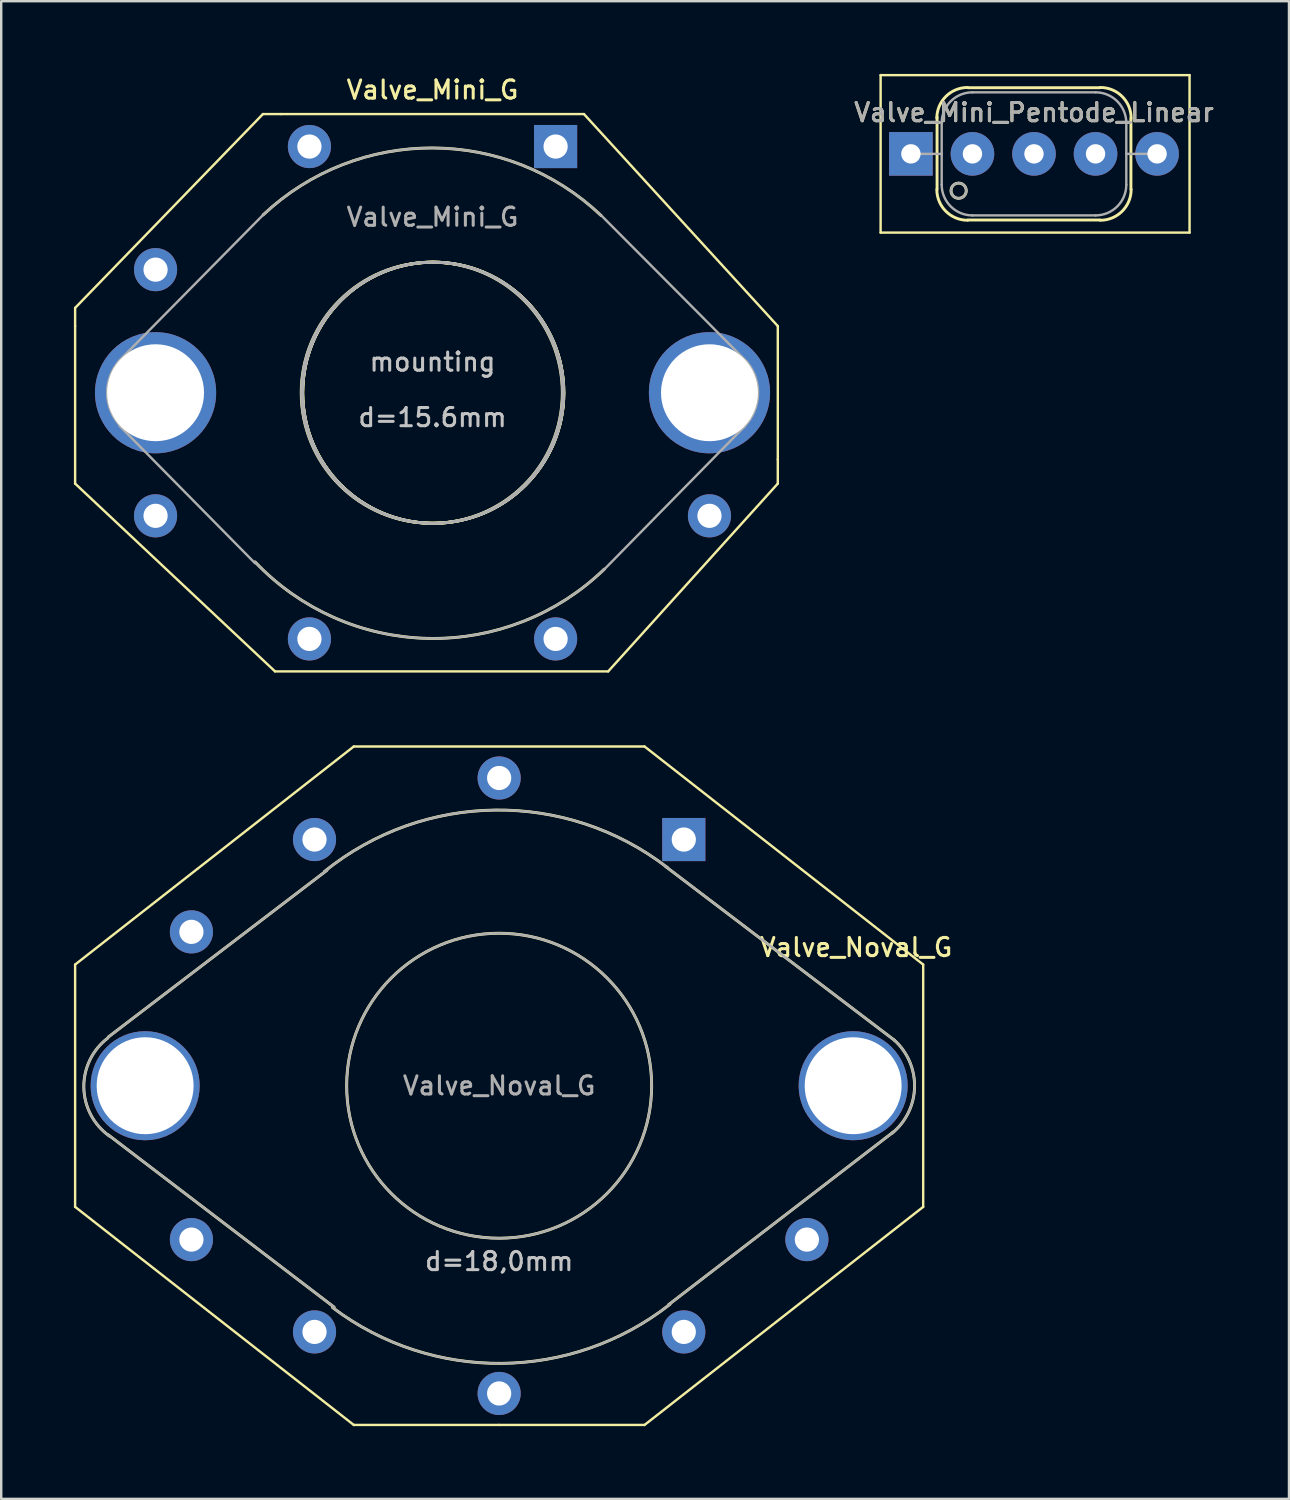
<source format=kicad_pcb>
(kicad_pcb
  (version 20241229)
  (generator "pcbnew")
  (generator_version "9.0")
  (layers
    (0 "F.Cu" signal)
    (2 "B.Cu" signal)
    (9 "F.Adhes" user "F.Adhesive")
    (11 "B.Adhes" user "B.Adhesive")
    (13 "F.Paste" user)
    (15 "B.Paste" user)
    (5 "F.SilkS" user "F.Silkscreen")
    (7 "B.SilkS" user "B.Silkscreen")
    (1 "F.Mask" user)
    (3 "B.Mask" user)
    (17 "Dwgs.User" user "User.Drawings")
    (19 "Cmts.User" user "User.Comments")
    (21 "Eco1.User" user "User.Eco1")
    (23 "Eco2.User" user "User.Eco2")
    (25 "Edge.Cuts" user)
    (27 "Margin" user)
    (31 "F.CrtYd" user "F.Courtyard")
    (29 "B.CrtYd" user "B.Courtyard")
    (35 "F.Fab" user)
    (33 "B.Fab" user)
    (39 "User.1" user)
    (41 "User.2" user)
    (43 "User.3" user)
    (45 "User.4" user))
  (footprint "Valve_Noval_G"
    (layer "F.Cu")
    (at 25.17 31.598)
    (property "Reference" "Valve_Noval_G" (at 7.11 4.45 0) (layer "F.SilkS") (effects (font (size 0.75 0.75) (thickness 0.125))))
    (attr through_hole)
    (fp_line (start -25.12 5.16) (end -13.62 -3.84) (stroke (width 0.1) (type solid)) (layer "F.SilkS"))
    (fp_line (start -25.12 15.16) (end -25.12 5.16) (stroke (width 0.1) (type solid)) (layer "F.SilkS"))
    (fp_line (start -23.75 8.15) (end -14.73 1.27) (stroke (width 0.12) (type solid)) (layer "F.SilkS"))
    (fp_line (start -23.75 12.19) (end -14.43 19.3) (stroke (width 0.12) (type solid)) (layer "F.SilkS"))
    (fp_line (start -13.62 -3.84) (end -1.62 -3.84) (stroke (width 0.1) (type solid)) (layer "F.SilkS"))
    (fp_line (start -13.62 24.16) (end -25.12 15.16) (stroke (width 0.1) (type solid)) (layer "F.SilkS"))
    (fp_line (start -7.62 24.16) (end -13.62 24.16) (stroke (width 0.1) (type solid)) (layer "F.SilkS"))
    (fp_line (start -1.62 -3.84) (end 9.88 5.16) (stroke (width 0.1) (type solid)) (layer "F.SilkS"))
    (fp_line (start -1.62 24.16) (end -7.62 24.16) (stroke (width 0.1) (type solid)) (layer "F.SilkS"))
    (fp_line (start 8.66 12.06) (end -0.63 19.2) (stroke (width 0.12) (type solid)) (layer "F.SilkS"))
    (fp_line (start 8.69 8.28) (end -0.74 1.12) (stroke (width 0.12) (type solid)) (layer "F.SilkS"))
    (fp_line (start 9.88 5.16) (end 9.88 15.16) (stroke (width 0.1) (type solid)) (layer "F.SilkS"))
    (fp_line (start 9.88 15.16) (end -1.62 24.16) (stroke (width 0.1) (type solid)) (layer "F.SilkS"))
    (fp_arc (start -23.7 12.24) (mid -24.76061 10.23284) (end -23.769096 8.190664) (stroke (width 0.12) (type solid)) (layer "F.SilkS"))
    (fp_arc (start -14.83 1.32) (mid -7.774859 -1.216675) (end -0.665972 1.16523) (stroke (width 0.12) (type solid)) (layer "F.SilkS"))
    (fp_arc (start -0.57 19.18) (mid -7.50736 21.618362) (end -14.491513 19.317453) (stroke (width 0.12) (type solid)) (layer "F.SilkS"))
    (fp_arc (start 8.69 8.28) (mid 9.524064 10.214038) (end 8.60831 12.110762) (stroke (width 0.12) (type solid)) (layer "F.SilkS"))
    (fp_circle (center -7.62 10.16) (end -12.07 14.61) (stroke (width 0.12) (type solid)) (fill no) (layer "F.SilkS"))
    (fp_line (start -23.75 8.15) (end -14.73 1.27) (stroke (width 0.1) (type solid)) (layer "F.Fab"))
    (fp_line (start -23.75 12.19) (end -14.43 19.3) (stroke (width 0.1) (type solid)) (layer "F.Fab"))
    (fp_line (start 8.66 12.06) (end -0.63 19.2) (stroke (width 0.1) (type solid)) (layer "F.Fab"))
    (fp_line (start 8.69 8.28) (end -0.74 1.12) (stroke (width 0.1) (type solid)) (layer "F.Fab"))
    (fp_arc (start -23.7 12.24) (mid -24.76061 10.23284) (end -23.769096 8.190664) (stroke (width 0.1) (type solid)) (layer "F.Fab"))
    (fp_arc (start -14.83 1.32) (mid -7.774859 -1.216675) (end -0.665972 1.16523) (stroke (width 0.1) (type solid)) (layer "F.Fab"))
    (fp_arc (start -0.57 19.18) (mid -7.50736 21.618362) (end -14.491513 19.317453) (stroke (width 0.1) (type solid)) (layer "F.Fab"))
    (fp_arc (start 8.69 8.28) (mid 9.524064 10.214038) (end 8.60831 12.110762) (stroke (width 0.1) (type solid)) (layer "F.Fab"))
    (fp_circle (center -7.62 10.16) (end -12.07 14.61) (stroke (width 0.1) (type solid)) (fill no) (layer "F.Fab"))
    (fp_text user "d=18,0mm" (at -7.62 17.41 0) (layer "Dwgs.User") (effects (font (size 0.75 0.75) (thickness 0.125))))
    (fp_text user "${REFERENCE}" (at -7.62 10.16 0) (layer "F.Fab") (effects (font (size 0.75 0.75) (thickness 0.125))))
    (pad "" thru_hole circle (at 6.99 10.16) (size 4.5 4.5) (drill 4) (layers "*.Cu" "*.Mask"))
    (pad "1" thru_hole rect (at 0 0) (size 1.78 1.78) (drill 1) (layers "*.Cu" "*.Mask"))
    (pad "2" thru_hole circle (at -22.23 10.16) (size 4.5 4.5) (drill 4) (layers "*.Cu" "*.Mask"))
    (pad "2" thru_hole circle (at -7.62 -2.54) (size 1.78 1.78) (drill 1) (layers "*.Cu" "*.Mask"))
    (pad "3" thru_hole circle (at -15.24 0) (size 1.78 1.78) (drill 1) (layers "*.Cu" "*.Mask"))
    (pad "4" thru_hole circle (at -20.32 3.81) (size 1.78 1.78) (drill 1) (layers "*.Cu" "*.Mask"))
    (pad "5" thru_hole circle (at -20.32 16.51) (size 1.78 1.78) (drill 1) (layers "*.Cu" "*.Mask"))
    (pad "6" thru_hole circle (at -15.24 20.32) (size 1.78 1.78) (drill 1) (layers "*.Cu" "*.Mask"))
    (pad "7" thru_hole circle (at -7.62 22.86) (size 1.78 1.78) (drill 1) (layers "*.Cu" "*.Mask"))
    (pad "8" thru_hole circle (at 0 20.32) (size 1.78 1.78) (drill 1) (layers "*.Cu" "*.Mask"))
    (pad "9" thru_hole circle (at 5.08 16.51) (size 1.78 1.78) (drill 1) (layers "*.Cu" "*.Mask")))
  (footprint "Valve_Mini_Pentode_Linear"
    (layer "F.Cu")
    (at 34.543 3.3)
    (property "Reference" "Valve_Mini_Pentode_Linear" (at 5.08 -1.71 0) (layer "F.SilkS") (effects (font (size 0.75 0.75) (thickness 0.125))))
    (attr through_hole)
    (fp_line (start -1.25 -3.25) (end 11.5 -3.25) (stroke (width 0.1) (type solid)) (layer "F.SilkS"))
    (fp_line (start -1.25 3.25) (end -1.25 -3.25) (stroke (width 0.1) (type solid)) (layer "F.SilkS"))
    (fp_line (start 1.08 1.46) (end 1.08 -1.52) (stroke (width 0.12) (type solid)) (layer "F.SilkS"))
    (fp_line (start 2.35 -2.73) (end 7.81 -2.73) (stroke (width 0.12) (type solid)) (layer "F.SilkS"))
    (fp_line (start 7.81 2.73) (end 2.35 2.73) (stroke (width 0.12) (type solid)) (layer "F.SilkS"))
    (fp_line (start 9.08 -1.46) (end 9.08 1.46) (stroke (width 0.12) (type solid)) (layer "F.SilkS"))
    (fp_line (start 11.5 -3.25) (end 11.5 3.25) (stroke (width 0.1) (type solid)) (layer "F.SilkS"))
    (fp_line (start 11.5 3.25) (end -1.25 3.25) (stroke (width 0.1) (type solid)) (layer "F.SilkS"))
    (fp_arc (start 1.07 -1.47) (mid 1.441974 -2.368026) (end 2.34 -2.74) (stroke (width 0.12) (type solid)) (layer "F.SilkS"))
    (fp_arc (start 2.34 2.74) (mid 1.441974 2.368026) (end 1.07 1.47) (stroke (width 0.12) (type solid)) (layer "F.SilkS"))
    (fp_arc (start 7.82 -2.74) (mid 8.718026 -2.368026) (end 9.09 -1.47) (stroke (width 0.12) (type solid)) (layer "F.SilkS"))
    (fp_arc (start 9.09 1.47) (mid 8.718026 2.368026) (end 7.82 2.74) (stroke (width 0.12) (type solid)) (layer "F.SilkS"))
    (fp_circle (center 1.97 1.52) (end 2.22 1.71) (stroke (width 0.12) (type solid)) (fill no) (layer "F.SilkS"))
    (fp_line (start 0 0) (end 1.27 0) (stroke (width 0.1) (type solid)) (layer "F.Fab"))
    (fp_line (start 1.27 -1.27) (end 1.27 1.27) (stroke (width 0.1) (type solid)) (layer "F.Fab"))
    (fp_line (start 2.54 2.54) (end 7.62 2.54) (stroke (width 0.1) (type solid)) (layer "F.Fab"))
    (fp_line (start 7.62 -2.54) (end 2.54 -2.54) (stroke (width 0.1) (type solid)) (layer "F.Fab"))
    (fp_line (start 8.89 0) (end 10.16 0) (stroke (width 0.1) (type solid)) (layer "F.Fab"))
    (fp_line (start 8.89 1.27) (end 8.89 -1.27) (stroke (width 0.1) (type solid)) (layer "F.Fab"))
    (fp_arc (start 1.27 -1.27) (mid 1.641974 -2.168026) (end 2.54 -2.54) (stroke (width 0.1) (type solid)) (layer "F.Fab"))
    (fp_arc (start 2.54 2.54) (mid 1.641974 2.168026) (end 1.27 1.27) (stroke (width 0.1) (type solid)) (layer "F.Fab"))
    (fp_arc (start 7.62 -2.54) (mid 8.518026 -2.168026) (end 8.89 -1.27) (stroke (width 0.1) (type solid)) (layer "F.Fab"))
    (fp_arc (start 8.89 1.27) (mid 8.518026 2.168026) (end 7.62 2.54) (stroke (width 0.1) (type solid)) (layer "F.Fab"))
    (fp_circle (center 1.97 1.52) (end 2.22 1.71) (stroke (width 0.1) (type solid)) (fill no) (layer "F.Fab"))
    (fp_text user "${REFERENCE}" (at 5.08 -1.71 0) (layer "F.Fab") (effects (font (size 0.75 0.75) (thickness 0.125))))
    (pad "1" thru_hole rect (at 0 0) (size 1.8 1.8) (drill 0.8) (layers "*.Cu" "*.Mask"))
    (pad "2" thru_hole circle (at 2.54 0) (size 1.8 1.8) (drill 0.8) (layers "*.Cu" "*.Mask"))
    (pad "3" thru_hole circle (at 5.08 0) (size 1.8 1.8) (drill 0.8) (layers "*.Cu" "*.Mask"))
    (pad "4" thru_hole circle (at 7.62 0) (size 1.8 1.8) (drill 0.8) (layers "*.Cu" "*.Mask"))
    (pad "5" thru_hole circle (at 10.16 0) (size 1.8 1.8) (drill 0.8) (layers "*.Cu" "*.Mask")))
  (footprint "Valve_Mini_G"
    (layer "F.Cu")
    (at 19.88 2.998)
    (property "Reference" "Valve_Mini_G" (at -5.08 -2.34 0) (layer "F.SilkS") (effects (font (size 0.75 0.75) (thickness 0.125))))
    (attr through_hole)
    (fp_line (start -19.83 6.66) (end -12.08 -1.34) (stroke (width 0.1) (type solid)) (layer "F.SilkS"))
    (fp_line (start -19.83 7.41) (end -19.83 6.66) (stroke (width 0.1) (type solid)) (layer "F.SilkS"))
    (fp_line (start -19.83 13.91) (end -19.83 7.41) (stroke (width 0.1) (type solid)) (layer "F.SilkS"))
    (fp_line (start -12.08 -1.34) (end -11.33 -1.34) (stroke (width 0.1) (type solid)) (layer "F.SilkS"))
    (fp_line (start -11.58 21.66) (end -19.83 13.91) (stroke (width 0.1) (type solid)) (layer "F.SilkS"))
    (fp_line (start -11.33 -1.34) (end 1.17 -1.34) (stroke (width 0.1) (type solid)) (layer "F.SilkS"))
    (fp_line (start 1.17 -1.34) (end 9.17 7.41) (stroke (width 0.1) (type solid)) (layer "F.SilkS"))
    (fp_line (start 2.17 21.66) (end -11.58 21.66) (stroke (width 0.1) (type solid)) (layer "F.SilkS"))
    (fp_line (start 9.17 7.41) (end 9.17 12.91) (stroke (width 0.1) (type solid)) (layer "F.SilkS"))
    (fp_line (start 9.17 12.91) (end 9.17 13.91) (stroke (width 0.1) (type solid)) (layer "F.SilkS"))
    (fp_line (start 9.17 13.91) (end 2.17 21.66) (stroke (width 0.1) (type solid)) (layer "F.SilkS"))
    (fp_arc (start -12.07 2.82) (mid -5.089383 0.058484) (end 1.87996 2.848331) (stroke (width 0.12) (type solid)) (layer "F.SilkS"))
    (fp_arc (start 2.01 17.44) (mid -5.258654 20.298958) (end -12.403532 17.143378) (stroke (width 0.12) (type solid)) (layer "F.SilkS"))
    (fp_circle (center -5.11 10.16) (end -8.92 13.97) (stroke (width 0.12) (type solid)) (fill no) (layer "F.SilkS"))
    (fp_circle (center -5.05 10.16) (end -1.24 13.97) (stroke (width 0.12) (type solid)) (fill no) (layer "F.SilkS"))
    (fp_circle (center -5.05 10.16) (end -1.24 13.97) (stroke (width 0.12) (type solid)) (fill no) (layer "F.SilkS"))
    (fp_circle (center -5.05 10.16) (end -1.24 13.97) (stroke (width 0.12) (type solid)) (fill no) (layer "F.SilkS"))
    (fp_line (start -18.01 8.84) (end -12.07 2.82) (stroke (width 0.1) (type solid)) (layer "F.Fab"))
    (fp_line (start -18.01 11.51) (end -12.4 17.2) (stroke (width 0.1) (type solid)) (layer "F.Fab"))
    (fp_line (start 1.91 2.87) (end 7.9 8.89) (stroke (width 0.1) (type solid)) (layer "F.Fab"))
    (fp_line (start 7.82 11.53) (end 1.91 17.55) (stroke (width 0.1) (type solid)) (layer "F.Fab"))
    (fp_arc (start -17.98 11.51) (mid -18.505731 10.181365) (end -18.008564 8.84178) (stroke (width 0.1) (type solid)) (layer "F.Fab"))
    (fp_arc (start -12.07 2.82) (mid -5.089383 0.058484) (end 1.87996 2.848331) (stroke (width 0.1) (type solid)) (layer "F.Fab"))
    (fp_arc (start 2.01 17.44) (mid -5.258654 20.298958) (end -12.403532 17.143378) (stroke (width 0.1) (type solid)) (layer "F.Fab"))
    (fp_arc (start 7.9 8.89) (mid 8.351984 10.246371) (end 7.784862 11.558775) (stroke (width 0.1) (type solid)) (layer "F.Fab"))
    (fp_circle (center -5.11 10.16) (end -8.92 13.97) (stroke (width 0.1) (type solid)) (fill no) (layer "F.Fab"))
    (fp_circle (center -5.05 10.16) (end -1.24 13.97) (stroke (width 0.1) (type solid)) (fill no) (layer "F.Fab"))
    (fp_circle (center -5.05 10.16) (end -1.24 13.97) (stroke (width 0.1) (type solid)) (fill no) (layer "F.Fab"))
    (fp_circle (center -5.05 10.16) (end -1.24 13.97) (stroke (width 0.1) (type solid)) (fill no) (layer "F.Fab"))
    (fp_text user "mounting" (at -5.08 8.89 0) (layer "Dwgs.User") (effects (font (size 0.75 0.75) (thickness 0.125))))
    (fp_text user "d=15.6mm" (at -5.08 11.18 0) (layer "Dwgs.User") (effects (font (size 0.75 0.75) (thickness 0.125))))
    (fp_text user "${REFERENCE}" (at -5.08 2.91 0) (layer "F.Fab") (effects (font (size 0.75 0.75) (thickness 0.125))))
    (pad "" thru_hole circle (at -16.51 10.16) (size 5 5) (drill 4) (layers "*.Cu" "*.Mask"))
    (pad "" thru_hole circle (at 6.35 10.16) (size 5 5) (drill 4) (layers "*.Cu" "*.Mask"))
    (pad "1" thru_hole rect (at 0 0) (size 1.78 1.78) (drill 1) (layers "*.Cu" "*.Mask"))
    (pad "2" thru_hole circle (at -10.16 0) (size 1.78 1.78) (drill 1) (layers "*.Cu" "*.Mask"))
    (pad "3" thru_hole circle (at -16.51 5.08) (size 1.78 1.78) (drill 1) (layers "*.Cu" "*.Mask"))
    (pad "4" thru_hole circle (at -16.51 15.24) (size 1.78 1.78) (drill 1) (layers "*.Cu" "*.Mask"))
    (pad "5" thru_hole circle (at -10.16 20.32) (size 1.78 1.78) (drill 1) (layers "*.Cu" "*.Mask"))
    (pad "6" thru_hole circle (at 0 20.32) (size 1.78 1.78) (drill 1) (layers "*.Cu" "*.Mask"))
    (pad "7" thru_hole circle (at 6.35 15.24) (size 1.78 1.78) (drill 1) (layers "*.Cu" "*.Mask")))
  (gr_rect
    (start -3 -3)
    (end 50.146 58.808)
    (stroke (width 0.1) (type default))
    (fill no)
    (layer "Edge.Cuts")))
</source>
